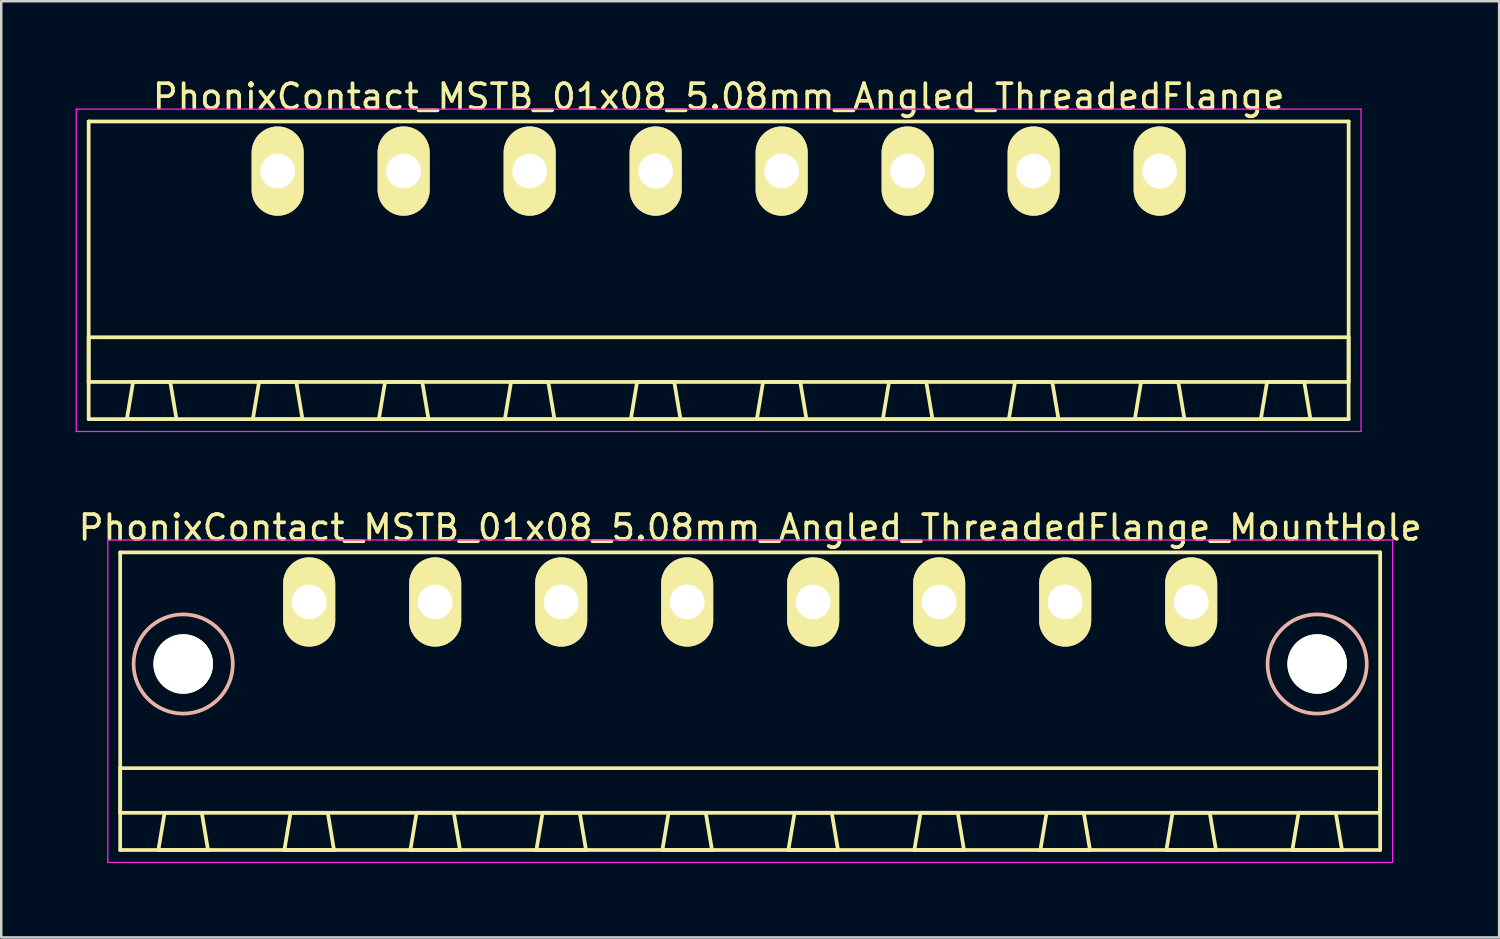
<source format=kicad_pcb>
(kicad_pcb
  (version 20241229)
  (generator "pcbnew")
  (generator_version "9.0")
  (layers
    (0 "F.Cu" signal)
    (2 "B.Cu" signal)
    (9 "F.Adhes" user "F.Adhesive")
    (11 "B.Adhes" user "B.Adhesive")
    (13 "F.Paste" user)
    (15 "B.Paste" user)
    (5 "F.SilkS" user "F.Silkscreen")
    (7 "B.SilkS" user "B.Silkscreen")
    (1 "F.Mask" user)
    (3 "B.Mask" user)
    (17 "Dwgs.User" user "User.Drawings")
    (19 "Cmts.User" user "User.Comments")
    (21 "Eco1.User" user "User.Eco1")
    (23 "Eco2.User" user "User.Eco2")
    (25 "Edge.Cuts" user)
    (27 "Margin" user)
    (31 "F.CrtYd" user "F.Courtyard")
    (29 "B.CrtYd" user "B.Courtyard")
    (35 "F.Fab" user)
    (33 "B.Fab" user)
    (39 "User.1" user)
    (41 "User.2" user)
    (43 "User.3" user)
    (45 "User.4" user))
  (footprint "PhonixContact_MSTB_01x08_5.08mm_Angled_ThreadedFlange"
    (layer "F.Cu")
    (at 8.145 3.848)
    (property "Reference" "PhonixContact_MSTB_01x08_5.08mm_Angled_ThreadedFlange" (at 17.78 -3 0) (layer "F.SilkS") (effects (font (size 1 1) (thickness 0.15))))
    (attr through_hole)
    (fp_line (start -7.62 -2) (end -7.62 10) (stroke (width 0.15) (type solid)) (layer "F.SilkS"))
    (fp_line (start -7.62 6.7) (end 43.18 6.7) (stroke (width 0.15) (type solid)) (layer "F.SilkS"))
    (fp_line (start -7.62 8.5) (end -7.62 6.7) (stroke (width 0.15) (type solid)) (layer "F.SilkS"))
    (fp_line (start -7.62 10) (end 43.18 10) (stroke (width 0.15) (type solid)) (layer "F.SilkS"))
    (fp_line (start -6.08 10) (end -4.08 10) (stroke (width 0.15) (type solid)) (layer "F.SilkS"))
    (fp_line (start -5.83 8.5) (end -6.08 10) (stroke (width 0.15) (type solid)) (layer "F.SilkS"))
    (fp_line (start -4.33 8.5) (end -5.83 8.5) (stroke (width 0.15) (type solid)) (layer "F.SilkS"))
    (fp_line (start -4.08 10) (end -4.33 8.5) (stroke (width 0.15) (type solid)) (layer "F.SilkS"))
    (fp_line (start -1 10) (end 1 10) (stroke (width 0.15) (type solid)) (layer "F.SilkS"))
    (fp_line (start -0.75 8.5) (end -1 10) (stroke (width 0.15) (type solid)) (layer "F.SilkS"))
    (fp_line (start 0.75 8.5) (end -0.75 8.5) (stroke (width 0.15) (type solid)) (layer "F.SilkS"))
    (fp_line (start 1 10) (end 0.75 8.5) (stroke (width 0.15) (type solid)) (layer "F.SilkS"))
    (fp_line (start 4.08 10) (end 6.08 10) (stroke (width 0.15) (type solid)) (layer "F.SilkS"))
    (fp_line (start 4.33 8.5) (end 4.08 10) (stroke (width 0.15) (type solid)) (layer "F.SilkS"))
    (fp_line (start 5.83 8.5) (end 4.33 8.5) (stroke (width 0.15) (type solid)) (layer "F.SilkS"))
    (fp_line (start 6.08 10) (end 5.83 8.5) (stroke (width 0.15) (type solid)) (layer "F.SilkS"))
    (fp_line (start 9.16 10) (end 11.16 10) (stroke (width 0.15) (type solid)) (layer "F.SilkS"))
    (fp_line (start 9.41 8.5) (end 9.16 10) (stroke (width 0.15) (type solid)) (layer "F.SilkS"))
    (fp_line (start 10.91 8.5) (end 9.41 8.5) (stroke (width 0.15) (type solid)) (layer "F.SilkS"))
    (fp_line (start 11.16 10) (end 10.91 8.5) (stroke (width 0.15) (type solid)) (layer "F.SilkS"))
    (fp_line (start 14.24 10) (end 16.24 10) (stroke (width 0.15) (type solid)) (layer "F.SilkS"))
    (fp_line (start 14.49 8.5) (end 14.24 10) (stroke (width 0.15) (type solid)) (layer "F.SilkS"))
    (fp_line (start 15.99 8.5) (end 14.49 8.5) (stroke (width 0.15) (type solid)) (layer "F.SilkS"))
    (fp_line (start 16.24 10) (end 15.99 8.5) (stroke (width 0.15) (type solid)) (layer "F.SilkS"))
    (fp_line (start 19.32 10) (end 21.32 10) (stroke (width 0.15) (type solid)) (layer "F.SilkS"))
    (fp_line (start 19.57 8.5) (end 19.32 10) (stroke (width 0.15) (type solid)) (layer "F.SilkS"))
    (fp_line (start 21.07 8.5) (end 19.57 8.5) (stroke (width 0.15) (type solid)) (layer "F.SilkS"))
    (fp_line (start 21.32 10) (end 21.07 8.5) (stroke (width 0.15) (type solid)) (layer "F.SilkS"))
    (fp_line (start 24.4 10) (end 26.4 10) (stroke (width 0.15) (type solid)) (layer "F.SilkS"))
    (fp_line (start 24.65 8.5) (end 24.4 10) (stroke (width 0.15) (type solid)) (layer "F.SilkS"))
    (fp_line (start 26.15 8.5) (end 24.65 8.5) (stroke (width 0.15) (type solid)) (layer "F.SilkS"))
    (fp_line (start 26.4 10) (end 26.15 8.5) (stroke (width 0.15) (type solid)) (layer "F.SilkS"))
    (fp_line (start 29.48 10) (end 31.48 10) (stroke (width 0.15) (type solid)) (layer "F.SilkS"))
    (fp_line (start 29.73 8.5) (end 29.48 10) (stroke (width 0.15) (type solid)) (layer "F.SilkS"))
    (fp_line (start 31.23 8.5) (end 29.73 8.5) (stroke (width 0.15) (type solid)) (layer "F.SilkS"))
    (fp_line (start 31.48 10) (end 31.23 8.5) (stroke (width 0.15) (type solid)) (layer "F.SilkS"))
    (fp_line (start 34.56 10) (end 36.56 10) (stroke (width 0.15) (type solid)) (layer "F.SilkS"))
    (fp_line (start 34.81 8.5) (end 34.56 10) (stroke (width 0.15) (type solid)) (layer "F.SilkS"))
    (fp_line (start 36.31 8.5) (end 34.81 8.5) (stroke (width 0.15) (type solid)) (layer "F.SilkS"))
    (fp_line (start 36.56 10) (end 36.31 8.5) (stroke (width 0.15) (type solid)) (layer "F.SilkS"))
    (fp_line (start 39.64 10) (end 41.64 10) (stroke (width 0.15) (type solid)) (layer "F.SilkS"))
    (fp_line (start 39.89 8.5) (end 39.64 10) (stroke (width 0.15) (type solid)) (layer "F.SilkS"))
    (fp_line (start 41.39 8.5) (end 39.89 8.5) (stroke (width 0.15) (type solid)) (layer "F.SilkS"))
    (fp_line (start 41.64 10) (end 41.39 8.5) (stroke (width 0.15) (type solid)) (layer "F.SilkS"))
    (fp_line (start 43.18 -2) (end -7.62 -2) (stroke (width 0.15) (type solid)) (layer "F.SilkS"))
    (fp_line (start 43.18 6.7) (end 43.18 8.5) (stroke (width 0.15) (type solid)) (layer "F.SilkS"))
    (fp_line (start 43.18 8.5) (end -7.62 8.5) (stroke (width 0.15) (type solid)) (layer "F.SilkS"))
    (fp_line (start 43.18 10) (end 43.18 -2) (stroke (width 0.15) (type solid)) (layer "F.SilkS"))
    (fp_line (start -8.12 -2.5) (end -8.12 10.5) (stroke (width 0.05) (type solid)) (layer "F.CrtYd"))
    (fp_line (start -8.12 10.5) (end 43.68 10.5) (stroke (width 0.05) (type solid)) (layer "F.CrtYd"))
    (fp_line (start 43.68 -2.5) (end -8.12 -2.5) (stroke (width 0.05) (type solid)) (layer "F.CrtYd"))
    (fp_line (start 43.68 10.5) (end 43.68 -2.5) (stroke (width 0.05) (type solid)) (layer "F.CrtYd"))
    (pad "1" thru_hole oval (at 0 0) (size 2.1 3.6) (drill 1.4) (layers "*.Cu" "*.Mask" "F.SilkS"))
    (pad "2" thru_hole oval (at 5.08 0) (size 2.1 3.6) (drill 1.4) (layers "*.Cu" "*.Mask" "F.SilkS"))
    (pad "3" thru_hole oval (at 10.16 0) (size 2.1 3.6) (drill 1.4) (layers "*.Cu" "*.Mask" "F.SilkS"))
    (pad "4" thru_hole oval (at 15.24 0) (size 2.1 3.6) (drill 1.4) (layers "*.Cu" "*.Mask" "F.SilkS"))
    (pad "5" thru_hole oval (at 20.32 0) (size 2.1 3.6) (drill 1.4) (layers "*.Cu" "*.Mask" "F.SilkS"))
    (pad "6" thru_hole oval (at 25.4 0) (size 2.1 3.6) (drill 1.4) (layers "*.Cu" "*.Mask" "F.SilkS"))
    (pad "7" thru_hole oval (at 30.48 0) (size 2.1 3.6) (drill 1.4) (layers "*.Cu" "*.Mask" "F.SilkS"))
    (pad "8" thru_hole oval (at 35.56 0) (size 2.1 3.6) (drill 1.4) (layers "*.Cu" "*.Mask" "F.SilkS")))
  (footprint "PhonixContact_MSTB_01x08_5.08mm_Angled_ThreadedFlange_MountHole"
    (layer "F.Cu")
    (at 9.416 21.221)
    (property "Reference" "PhonixContact_MSTB_01x08_5.08mm_Angled_ThreadedFlange_MountHole" (at 17.78 -3 0) (layer "F.SilkS") (effects (font (size 1 1) (thickness 0.15))))
    (attr through_hole)
    (fp_line (start -7.62 -2) (end -7.62 10) (stroke (width 0.15) (type solid)) (layer "F.SilkS"))
    (fp_line (start -7.62 6.7) (end 43.18 6.7) (stroke (width 0.15) (type solid)) (layer "F.SilkS"))
    (fp_line (start -7.62 8.5) (end -7.62 6.7) (stroke (width 0.15) (type solid)) (layer "F.SilkS"))
    (fp_line (start -7.62 10) (end 43.18 10) (stroke (width 0.15) (type solid)) (layer "F.SilkS"))
    (fp_line (start -6.08 10) (end -4.08 10) (stroke (width 0.15) (type solid)) (layer "F.SilkS"))
    (fp_line (start -5.83 8.5) (end -6.08 10) (stroke (width 0.15) (type solid)) (layer "F.SilkS"))
    (fp_line (start -4.33 8.5) (end -5.83 8.5) (stroke (width 0.15) (type solid)) (layer "F.SilkS"))
    (fp_line (start -4.08 10) (end -4.33 8.5) (stroke (width 0.15) (type solid)) (layer "F.SilkS"))
    (fp_line (start -1 10) (end 1 10) (stroke (width 0.15) (type solid)) (layer "F.SilkS"))
    (fp_line (start -0.75 8.5) (end -1 10) (stroke (width 0.15) (type solid)) (layer "F.SilkS"))
    (fp_line (start 0.75 8.5) (end -0.75 8.5) (stroke (width 0.15) (type solid)) (layer "F.SilkS"))
    (fp_line (start 1 10) (end 0.75 8.5) (stroke (width 0.15) (type solid)) (layer "F.SilkS"))
    (fp_line (start 4.08 10) (end 6.08 10) (stroke (width 0.15) (type solid)) (layer "F.SilkS"))
    (fp_line (start 4.33 8.5) (end 4.08 10) (stroke (width 0.15) (type solid)) (layer "F.SilkS"))
    (fp_line (start 5.83 8.5) (end 4.33 8.5) (stroke (width 0.15) (type solid)) (layer "F.SilkS"))
    (fp_line (start 6.08 10) (end 5.83 8.5) (stroke (width 0.15) (type solid)) (layer "F.SilkS"))
    (fp_line (start 9.16 10) (end 11.16 10) (stroke (width 0.15) (type solid)) (layer "F.SilkS"))
    (fp_line (start 9.41 8.5) (end 9.16 10) (stroke (width 0.15) (type solid)) (layer "F.SilkS"))
    (fp_line (start 10.91 8.5) (end 9.41 8.5) (stroke (width 0.15) (type solid)) (layer "F.SilkS"))
    (fp_line (start 11.16 10) (end 10.91 8.5) (stroke (width 0.15) (type solid)) (layer "F.SilkS"))
    (fp_line (start 14.24 10) (end 16.24 10) (stroke (width 0.15) (type solid)) (layer "F.SilkS"))
    (fp_line (start 14.49 8.5) (end 14.24 10) (stroke (width 0.15) (type solid)) (layer "F.SilkS"))
    (fp_line (start 15.99 8.5) (end 14.49 8.5) (stroke (width 0.15) (type solid)) (layer "F.SilkS"))
    (fp_line (start 16.24 10) (end 15.99 8.5) (stroke (width 0.15) (type solid)) (layer "F.SilkS"))
    (fp_line (start 19.32 10) (end 21.32 10) (stroke (width 0.15) (type solid)) (layer "F.SilkS"))
    (fp_line (start 19.57 8.5) (end 19.32 10) (stroke (width 0.15) (type solid)) (layer "F.SilkS"))
    (fp_line (start 21.07 8.5) (end 19.57 8.5) (stroke (width 0.15) (type solid)) (layer "F.SilkS"))
    (fp_line (start 21.32 10) (end 21.07 8.5) (stroke (width 0.15) (type solid)) (layer "F.SilkS"))
    (fp_line (start 24.4 10) (end 26.4 10) (stroke (width 0.15) (type solid)) (layer "F.SilkS"))
    (fp_line (start 24.65 8.5) (end 24.4 10) (stroke (width 0.15) (type solid)) (layer "F.SilkS"))
    (fp_line (start 26.15 8.5) (end 24.65 8.5) (stroke (width 0.15) (type solid)) (layer "F.SilkS"))
    (fp_line (start 26.4 10) (end 26.15 8.5) (stroke (width 0.15) (type solid)) (layer "F.SilkS"))
    (fp_line (start 29.48 10) (end 31.48 10) (stroke (width 0.15) (type solid)) (layer "F.SilkS"))
    (fp_line (start 29.73 8.5) (end 29.48 10) (stroke (width 0.15) (type solid)) (layer "F.SilkS"))
    (fp_line (start 31.23 8.5) (end 29.73 8.5) (stroke (width 0.15) (type solid)) (layer "F.SilkS"))
    (fp_line (start 31.48 10) (end 31.23 8.5) (stroke (width 0.15) (type solid)) (layer "F.SilkS"))
    (fp_line (start 34.56 10) (end 36.56 10) (stroke (width 0.15) (type solid)) (layer "F.SilkS"))
    (fp_line (start 34.81 8.5) (end 34.56 10) (stroke (width 0.15) (type solid)) (layer "F.SilkS"))
    (fp_line (start 36.31 8.5) (end 34.81 8.5) (stroke (width 0.15) (type solid)) (layer "F.SilkS"))
    (fp_line (start 36.56 10) (end 36.31 8.5) (stroke (width 0.15) (type solid)) (layer "F.SilkS"))
    (fp_line (start 39.64 10) (end 41.64 10) (stroke (width 0.15) (type solid)) (layer "F.SilkS"))
    (fp_line (start 39.89 8.5) (end 39.64 10) (stroke (width 0.15) (type solid)) (layer "F.SilkS"))
    (fp_line (start 41.39 8.5) (end 39.89 8.5) (stroke (width 0.15) (type solid)) (layer "F.SilkS"))
    (fp_line (start 41.64 10) (end 41.39 8.5) (stroke (width 0.15) (type solid)) (layer "F.SilkS"))
    (fp_line (start 43.18 -2) (end -7.62 -2) (stroke (width 0.15) (type solid)) (layer "F.SilkS"))
    (fp_line (start 43.18 6.7) (end 43.18 8.5) (stroke (width 0.15) (type solid)) (layer "F.SilkS"))
    (fp_line (start 43.18 8.5) (end -7.62 8.5) (stroke (width 0.15) (type solid)) (layer "F.SilkS"))
    (fp_line (start 43.18 10) (end 43.18 -2) (stroke (width 0.15) (type solid)) (layer "F.SilkS"))
    (fp_circle (center -5.08 2.5) (end -3.08 2.5) (stroke (width 0.15) (type solid)) (fill no) (layer "B.SilkS"))
    (fp_circle (center 40.64 2.5) (end 42.64 2.5) (stroke (width 0.15) (type solid)) (fill no) (layer "B.SilkS"))
    (fp_line (start -8.12 -2.5) (end -8.12 10.5) (stroke (width 0.05) (type solid)) (layer "F.CrtYd"))
    (fp_line (start -8.12 10.5) (end 43.68 10.5) (stroke (width 0.05) (type solid)) (layer "F.CrtYd"))
    (fp_line (start 43.68 -2.5) (end -8.12 -2.5) (stroke (width 0.05) (type solid)) (layer "F.CrtYd"))
    (fp_line (start 43.68 10.5) (end 43.68 -2.5) (stroke (width 0.05) (type solid)) (layer "F.CrtYd"))
    (pad "" np_thru_hole circle (at -5.08 2.5) (size 2.4 2.4) (drill 2.4) (layers "*.Cu" "*.Mask" "F.SilkS"))
    (pad "" np_thru_hole circle (at 40.64 2.5) (size 2.4 2.4) (drill 2.4) (layers "*.Cu" "*.Mask" "F.SilkS"))
    (pad "1" thru_hole oval (at 0 0) (size 2.1 3.6) (drill 1.4) (layers "*.Cu" "*.Mask" "F.SilkS"))
    (pad "2" thru_hole oval (at 5.08 0) (size 2.1 3.6) (drill 1.4) (layers "*.Cu" "*.Mask" "F.SilkS"))
    (pad "3" thru_hole oval (at 10.16 0) (size 2.1 3.6) (drill 1.4) (layers "*.Cu" "*.Mask" "F.SilkS"))
    (pad "4" thru_hole oval (at 15.24 0) (size 2.1 3.6) (drill 1.4) (layers "*.Cu" "*.Mask" "F.SilkS"))
    (pad "5" thru_hole oval (at 20.32 0) (size 2.1 3.6) (drill 1.4) (layers "*.Cu" "*.Mask" "F.SilkS"))
    (pad "6" thru_hole oval (at 25.4 0) (size 2.1 3.6) (drill 1.4) (layers "*.Cu" "*.Mask" "F.SilkS"))
    (pad "7" thru_hole oval (at 30.48 0) (size 2.1 3.6) (drill 1.4) (layers "*.Cu" "*.Mask" "F.SilkS"))
    (pad "8" thru_hole oval (at 35.56 0) (size 2.1 3.6) (drill 1.4) (layers "*.Cu" "*.Mask" "F.SilkS")))
  (gr_rect
    (start -3 -3)
    (end 57.393 34.746)
    (stroke (width 0.1) (type default))
    (fill no)
    (layer "Edge.Cuts")))
</source>
